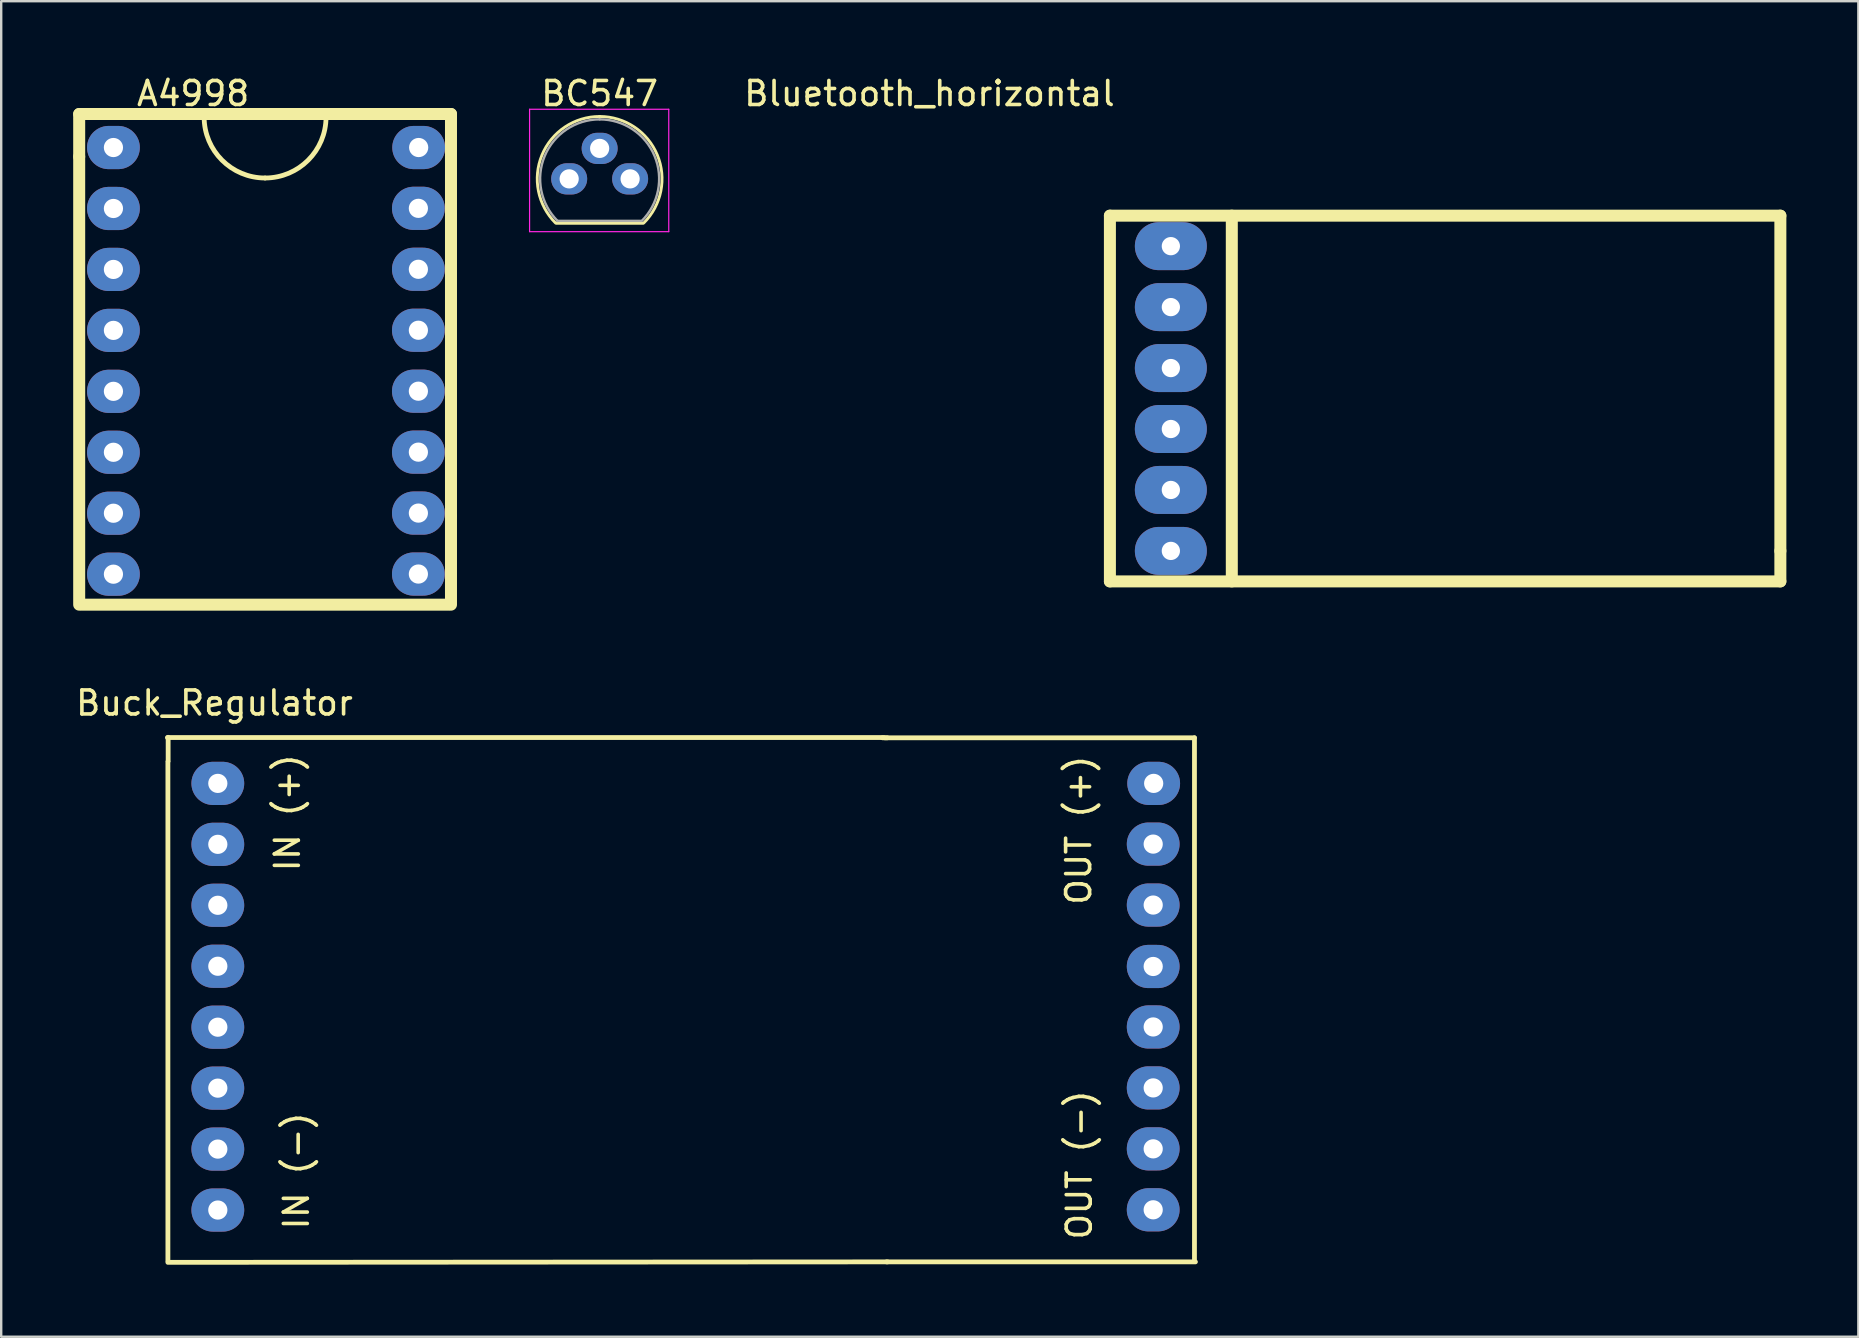
<source format=kicad_pcb>
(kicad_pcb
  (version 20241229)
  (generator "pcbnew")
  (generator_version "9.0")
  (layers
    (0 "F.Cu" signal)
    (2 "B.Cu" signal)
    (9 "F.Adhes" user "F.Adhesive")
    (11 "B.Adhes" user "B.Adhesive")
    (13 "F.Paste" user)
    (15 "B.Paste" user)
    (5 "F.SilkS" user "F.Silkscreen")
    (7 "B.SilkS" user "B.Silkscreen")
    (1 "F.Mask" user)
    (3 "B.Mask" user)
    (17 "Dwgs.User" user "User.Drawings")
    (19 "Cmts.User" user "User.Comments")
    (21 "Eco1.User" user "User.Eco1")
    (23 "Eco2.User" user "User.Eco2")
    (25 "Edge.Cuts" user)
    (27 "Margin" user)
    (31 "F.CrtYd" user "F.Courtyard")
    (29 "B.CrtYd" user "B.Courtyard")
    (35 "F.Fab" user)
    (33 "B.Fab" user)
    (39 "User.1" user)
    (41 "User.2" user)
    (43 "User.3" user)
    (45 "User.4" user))
  (footprint "A4998"
    (layer "F.Cu")
    (at 0.377 3.098)
    (property "Reference" "A4998" (at 4.62 -2.25 0) (layer "F.SilkS") (effects (font (size 1 1) (thickness 0.15))))
    (attr through_hole)
    (fp_line (start -0.127 -1.397) (end 15.367 -1.397) (stroke (width 0.5) (type solid)) (layer "F.SilkS"))
    (fp_line (start -0.127 -1.27) (end -0.127 -1.397) (stroke (width 0.5) (type solid)) (layer "F.SilkS"))
    (fp_line (start -0.127 -1.143) (end -0.127 0.381) (stroke (width 0.5) (type solid)) (layer "F.SilkS"))
    (fp_line (start -0.127 0.381) (end -0.127 19.05) (stroke (width 0.5) (type solid)) (layer "F.SilkS"))
    (fp_line (start 0 19.05) (end 0 -1.27) (stroke (width 0.2) (type solid)) (layer "F.SilkS"))
    (fp_line (start 0 19.05) (end 15.24 19.05) (stroke (width 0.5) (type solid)) (layer "F.SilkS"))
    (fp_line (start 15.24 -1.27) (end 15.24 19.05) (stroke (width 0.2) (type solid)) (layer "F.SilkS"))
    (fp_line (start 15.367 -1.397) (end 15.367 -1.27) (stroke (width 0.5) (type solid)) (layer "F.SilkS"))
    (fp_line (start 15.367 15.367) (end 15.367 -1.27) (stroke (width 0.5) (type solid)) (layer "F.SilkS"))
    (fp_line (start 15.367 19.05) (end 15.367 15.367) (stroke (width 0.5) (type solid)) (layer "F.SilkS"))
    (fp_arc (start 7.62 1.27) (mid 5.823949 0.526051) (end 5.08 -1.27) (stroke (width 0.2) (type solid)) (layer "F.SilkS"))
    (fp_arc (start 10.16 -1.27) (mid 9.416051 0.526051) (end 7.62 1.27) (stroke (width 0.2) (type solid)) (layer "F.SilkS"))
    (pad "1" thru_hole oval (at 1.3 0) (size 2.2 1.8) (drill 0.8) (layers "*.Cu" "*.Mask"))
    (pad "2" thru_hole oval (at 1.3 2.54) (size 2.2 1.8) (drill 0.8) (layers "*.Cu" "*.Mask"))
    (pad "3" thru_hole oval (at 1.3 5.08) (size 2.2 1.8) (drill 0.8) (layers "*.Cu" "*.Mask"))
    (pad "4" thru_hole oval (at 1.3 7.62) (size 2.2 1.8) (drill 0.8) (layers "*.Cu" "*.Mask"))
    (pad "5" thru_hole oval (at 1.3 10.16) (size 2.2 1.8) (drill 0.8) (layers "*.Cu" "*.Mask"))
    (pad "6" thru_hole oval (at 1.3 12.7) (size 2.2 1.8) (drill 0.8) (layers "*.Cu" "*.Mask"))
    (pad "7" thru_hole oval (at 1.3 15.24) (size 2.2 1.8) (drill 0.8) (layers "*.Cu" "*.Mask"))
    (pad "8" thru_hole oval (at 1.3 17.78) (size 2.2 1.8) (drill 0.8) (layers "*.Cu" "*.Mask"))
    (pad "9" thru_hole oval (at 14.008 17.774) (size 2.2 1.8) (drill 0.8) (layers "*.Cu" "*.Mask"))
    (pad "10" thru_hole oval (at 14.008 15.234) (size 2.2 1.8) (drill 0.8) (layers "*.Cu" "*.Mask"))
    (pad "11" thru_hole oval (at 14.008 12.694) (size 2.2 1.8) (drill 0.8) (layers "*.Cu" "*.Mask"))
    (pad "12" thru_hole oval (at 14.008 10.154) (size 2.2 1.8) (drill 0.8) (layers "*.Cu" "*.Mask"))
    (pad "13" thru_hole oval (at 14.008 7.614) (size 2.2 1.8) (drill 0.8) (layers "*.Cu" "*.Mask"))
    (pad "14" thru_hole oval (at 14.008 5.074) (size 2.2 1.8) (drill 0.8) (layers "*.Cu" "*.Mask"))
    (pad "15" thru_hole oval (at 14.008 2.534) (size 2.2 1.8) (drill 0.8) (layers "*.Cu" "*.Mask"))
    (pad "16" thru_hole oval (at 14.02 0) (size 2.2 1.8) (drill 0.8) (layers "*.Cu" "*.Mask")))
  (footprint "Buck_Regulator"
    (layer "F.Cu")
    (at 6.027 29.596)
    (property "Reference" "Buck_Regulator" (at -0.14 -3.35 0) (layer "F.SilkS") (effects (font (size 1 1) (thickness 0.15))))
    (attr through_hole)
    (fp_line (start -2.1 -1.91) (end 27.74 -1.91) (stroke (width 0.2) (type solid)) (layer "F.SilkS"))
    (fp_line (start -2.08 -0.9) (end -2.08 19.9) (stroke (width 0.2) (type solid)) (layer "F.SilkS"))
    (fp_line (start -2.08 19.96) (end 27.91 19.94) (stroke (width 0.2) (type solid)) (layer "F.SilkS"))
    (fp_line (start -2.07 -0.93) (end -2.07 -1.92) (stroke (width 0.2) (type solid)) (layer "F.SilkS"))
    (fp_line (start 27.7 -1.9) (end 27.9 -1.9) (stroke (width 0.2) (type solid)) (layer "F.SilkS"))
    (fp_line (start 27.8 -1.9) (end 40.7 -1.9) (stroke (width 0.2) (type solid)) (layer "F.SilkS"))
    (fp_line (start 27.87 19.94) (end 40.74 19.94) (stroke (width 0.2) (type solid)) (layer "F.SilkS"))
    (fp_line (start 40.7 -1.9) (end 40.7 19.9) (stroke (width 0.2) (type solid)) (layer "F.SilkS"))
    (fp_text user "IN (-)" (at 3.275 16.15 90) (layer "F.SilkS") (effects (font (size 1 1) (thickness 0.15))))
    (fp_text user "OUT (-)" (at 35.9 15.9 90) (layer "F.SilkS") (effects (font (size 1 1) (thickness 0.15))))
    (fp_text user "OUT (+)" (at 35.875 1.95 90) (layer "F.SilkS") (effects (font (size 1 1) (thickness 0.15))))
    (fp_text user "IN (+)" (at 2.9 1.225 90) (layer "F.SilkS") (effects (font (size 1 1) (thickness 0.15))))
    (pad "1" thru_hole oval (at 0 0) (size 2.2 1.8) (drill 0.8) (layers "*.Cu" "*.Mask"))
    (pad "1" thru_hole oval (at 0 2.54) (size 2.2 1.8) (drill 0.8) (layers "*.Cu" "*.Mask"))
    (pad "1" thru_hole oval (at 0 5.08) (size 2.2 1.8) (drill 0.8) (layers "*.Cu" "*.Mask"))
    (pad "1" thru_hole oval (at 0 7.62) (size 2.2 1.8) (drill 0.8) (layers "*.Cu" "*.Mask"))
    (pad "2" thru_hole oval (at 0 10.16) (size 2.2 1.8) (drill 0.8) (layers "*.Cu" "*.Mask"))
    (pad "2" thru_hole oval (at 0 12.7) (size 2.2 1.8) (drill 0.8) (layers "*.Cu" "*.Mask"))
    (pad "2" thru_hole oval (at 0 15.24) (size 2.2 1.8) (drill 0.8) (layers "*.Cu" "*.Mask"))
    (pad "2" thru_hole oval (at 0 17.78) (size 2.2 1.8) (drill 0.8) (layers "*.Cu" "*.Mask"))
    (pad "3" thru_hole oval (at 38.98 2.53) (size 2.2 1.8) (drill 0.8) (layers "*.Cu" "*.Mask"))
    (pad "3" thru_hole oval (at 38.98 5.07) (size 2.2 1.8) (drill 0.8) (layers "*.Cu" "*.Mask"))
    (pad "3" thru_hole oval (at 38.98 7.63) (size 2.2 1.8) (drill 0.8) (layers "*.Cu" "*.Mask"))
    (pad "3" thru_hole oval (at 39 0) (size 2.2 1.8) (drill 0.8) (layers "*.Cu" "*.Mask"))
    (pad "4" thru_hole oval (at 38.98 10.15) (size 2.2 1.8) (drill 0.8) (layers "*.Cu" "*.Mask"))
    (pad "4" thru_hole oval (at 38.98 12.69) (size 2.2 1.8) (drill 0.8) (layers "*.Cu" "*.Mask"))
    (pad "4" thru_hole oval (at 38.98 15.23) (size 2.2 1.8) (drill 0.8) (layers "*.Cu" "*.Mask"))
    (pad "4" thru_hole oval (at 38.98 17.77) (size 2.2 1.8) (drill 0.8) (layers "*.Cu" "*.Mask")))
  (footprint "BC547"
    (layer "F.Cu")
    (at 20.669 4.404)
    (property "Reference" "BC547" (at 1.27 -3.556 0) (layer "F.SilkS") (effects (font (size 1 1) (thickness 0.15))))
    (attr through_hole)
    (fp_line (start -0.53 1.85) (end 3.07 1.85) (stroke (width 0.12) (type solid)) (layer "F.SilkS"))
    (fp_arc (start -0.568478 1.838478) (mid -1.132087 -0.994977) (end 1.27 -2.6) (stroke (width 0.12) (type solid)) (layer "F.SilkS"))
    (fp_arc (start 1.27 -2.6) (mid 3.672087 -0.994977) (end 3.108478 1.838478) (stroke (width 0.12) (type solid)) (layer "F.SilkS"))
    (fp_line (start -1.65 -2.9) (end 4.15 -2.9) (stroke (width 0.05) (type solid)) (layer "F.CrtYd"))
    (fp_line (start -1.65 2.2) (end -1.65 -2.9) (stroke (width 0.05) (type solid)) (layer "F.CrtYd"))
    (fp_line (start 4.15 -2.9) (end 4.15 2.2) (stroke (width 0.05) (type solid)) (layer "F.CrtYd"))
    (fp_line (start 4.15 2.2) (end -1.65 2.2) (stroke (width 0.05) (type solid)) (layer "F.CrtYd"))
    (fp_line (start -0.5 1.75) (end 3 1.75) (stroke (width 0.1) (type solid)) (layer "F.Fab"))
    (fp_arc (start -0.483625 1.753625) (mid -1.021221 -0.949055) (end 1.27 -2.48) (stroke (width 0.1) (type solid)) (layer "F.Fab"))
    (fp_arc (start 1.27 -2.48) (mid 3.561221 -0.949055) (end 3.023625 1.753625) (stroke (width 0.1) (type solid)) (layer "F.Fab"))
    (pad "1" thru_hole oval (at 0 0 90) (size 1.3 1.5) (drill 0.8) (layers "*.Cu" "*.Mask"))
    (pad "2" thru_hole oval (at 1.27 -1.27 90) (size 1.3 1.5) (drill 0.8) (layers "*.Cu" "*.Mask"))
    (pad "3" thru_hole oval (at 2.54 0 90) (size 1.3 1.5) (drill 0.8) (layers "*.Cu" "*.Mask")))
  (footprint "Bluetooth_horizontal"
    (layer "F.Cu")
    (at 43.203 9.748)
    (property "Reference" "Bluetooth_horizontal" (at -7.52 -8.9 0) (layer "F.SilkS") (effects (font (size 1 1) (thickness 0.15))))
    (attr through_hole)
    (fp_line (start 0 -3.81) (end 0 11.43) (stroke (width 0.5) (type solid)) (layer "F.SilkS"))
    (fp_line (start 0 -3.81) (end 27.94 -3.81) (stroke (width 0.5) (type solid)) (layer "F.SilkS"))
    (fp_line (start 5.08 -3.81) (end 5.08 11.43) (stroke (width 0.5) (type solid)) (layer "F.SilkS"))
    (fp_line (start 27.94 -3.81) (end 27.94 10.16) (stroke (width 0.5) (type solid)) (layer "F.SilkS"))
    (fp_line (start 27.94 10.16) (end 27.94 11.43) (stroke (width 0.5) (type solid)) (layer "F.SilkS"))
    (fp_line (start 27.94 11.43) (end 0 11.43) (stroke (width 0.5) (type solid)) (layer "F.SilkS"))
    (pad "1" thru_hole oval (at 2.54 -2.54) (size 3 2) (drill 0.762) (layers "*.Cu" "*.Mask"))
    (pad "2" thru_hole oval (at 2.54 0) (size 3 2) (drill 0.762) (layers "*.Cu" "*.Mask"))
    (pad "3" thru_hole oval (at 2.54 2.54) (size 3 2) (drill 0.762) (layers "*.Cu" "*.Mask"))
    (pad "4" thru_hole oval (at 2.54 5.08) (size 3 2) (drill 0.762) (layers "*.Cu" "*.Mask"))
    (pad "5" thru_hole oval (at 2.54 7.62) (size 3 2) (drill 0.762) (layers "*.Cu" "*.Mask"))
    (pad "6" thru_hole oval (at 2.54 10.16) (size 3 2) (drill 0.762) (layers "*.Cu" "*.Mask")))
  (gr_rect
    (start -3 -3)
    (end 74.393 52.657)
    (stroke (width 0.1) (type default))
    (fill no)
    (layer "Edge.Cuts")))
</source>
